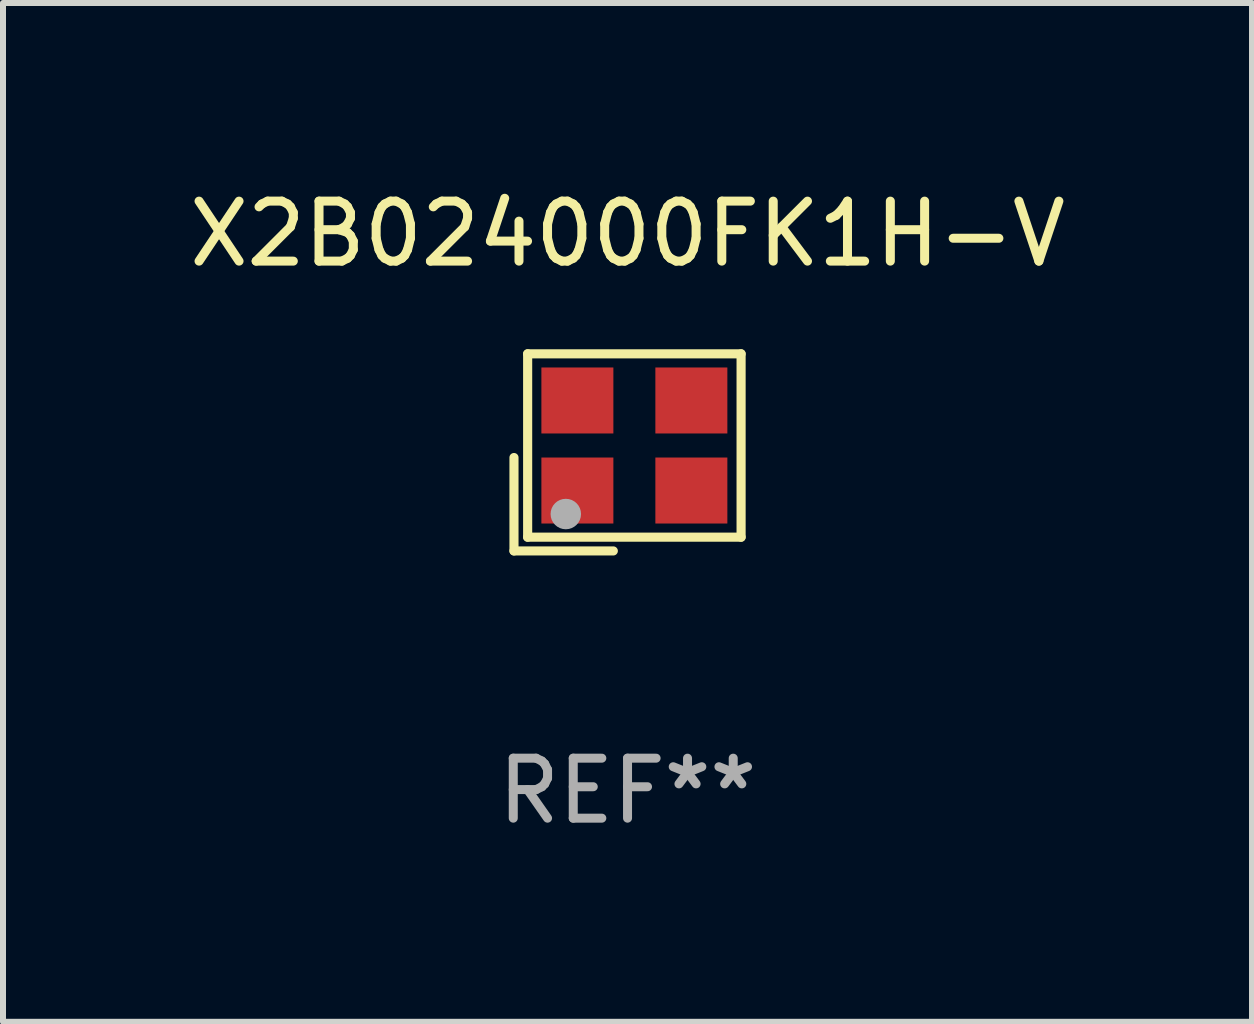
<source format=kicad_pcb>
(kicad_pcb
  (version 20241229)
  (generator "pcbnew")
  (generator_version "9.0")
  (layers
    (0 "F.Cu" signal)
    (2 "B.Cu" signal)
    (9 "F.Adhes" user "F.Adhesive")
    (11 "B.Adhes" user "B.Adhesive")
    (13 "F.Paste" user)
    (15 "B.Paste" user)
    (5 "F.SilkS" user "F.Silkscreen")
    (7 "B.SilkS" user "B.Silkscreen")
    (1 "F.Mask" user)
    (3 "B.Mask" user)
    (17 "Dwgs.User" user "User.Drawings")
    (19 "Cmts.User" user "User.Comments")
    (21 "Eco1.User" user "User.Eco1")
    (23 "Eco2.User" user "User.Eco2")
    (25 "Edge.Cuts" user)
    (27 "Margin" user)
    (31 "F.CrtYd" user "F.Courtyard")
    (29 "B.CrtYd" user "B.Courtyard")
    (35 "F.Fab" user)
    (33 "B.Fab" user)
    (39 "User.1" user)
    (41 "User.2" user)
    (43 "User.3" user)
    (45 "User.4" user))
  (footprint "X2B024000FK1H-V"
    (layer "F.Cu")
    (at 7.411 4.491)
    (property "Reference" "X2B024000FK1H-V" (at 0 -3.643 0) (layer "F.SilkS") (effects (font (size 1 1) (thickness 0.15))))
    (attr through_hole)
    (fp_line (start -1.893 0.086) (end -1.893 1.643) (stroke (width 0.152) (type solid)) (layer "F.SilkS"))
    (fp_line (start -1.893 1.643) (end -0.237 1.643) (stroke (width 0.152) (type solid)) (layer "F.SilkS"))
    (fp_line (start -1.665 -1.643) (end 1.893 -1.643) (stroke (width 0.152) (type solid)) (layer "F.SilkS"))
    (fp_line (start -1.665 1.414) (end -1.665 -1.643) (stroke (width 0.152) (type solid)) (layer "F.SilkS"))
    (fp_line (start 1.893 -1.643) (end 1.893 1.414) (stroke (width 0.152) (type solid)) (layer "F.SilkS"))
    (fp_line (start 1.893 1.414) (end -1.665 1.414) (stroke (width 0.152) (type solid)) (layer "F.SilkS"))
    (fp_circle (center -1.136 0.885) (end -1.106 0.885) (stroke (width 0.06) (type solid)) (fill no) (layer "F.SilkS"))
    (fp_circle (center -1.029 1.028) (end -0.902 1.028) (stroke (width 0.254) (type solid)) (fill no) (layer "F.Fab"))
    (fp_text user "REF**" (at 0 5.643 0) (layer "F.Fab") (effects (font (size 1 1) (thickness 0.15))))
    (pad "1" smd rect (at -0.836 0.636) (size 1.2 1.1) (layers "F.Cu" "F.Mask" "F.Paste"))
    (pad "2" smd rect (at 1.064 0.636) (size 1.2 1.1) (layers "F.Cu" "F.Mask" "F.Paste"))
    (pad "3" smd rect (at 1.064 -0.865) (size 1.2 1.1) (layers "F.Cu" "F.Mask" "F.Paste"))
    (pad "4" smd rect (at -0.836 -0.865) (size 1.2 1.1) (layers "F.Cu" "F.Mask" "F.Paste")))
  (gr_rect
    (start -3 -3)
    (end 17.821 13.983)
    (stroke (width 0.1) (type default))
    (fill no)
    (layer "Edge.Cuts")))
</source>
